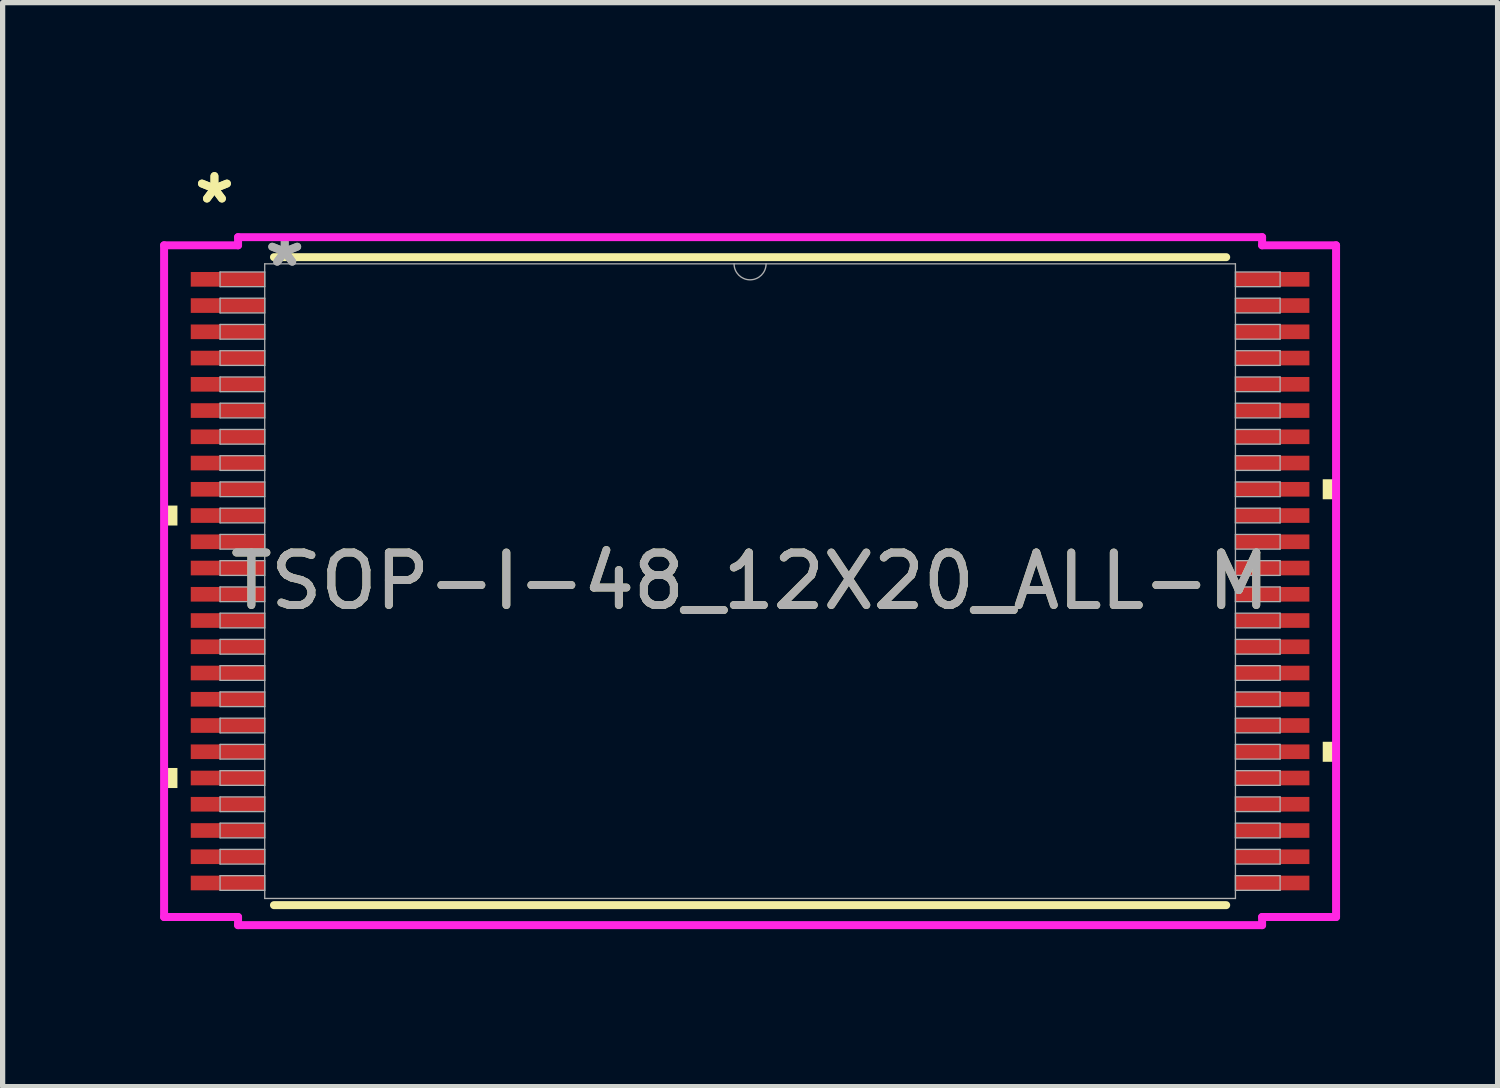
<source format=kicad_pcb>
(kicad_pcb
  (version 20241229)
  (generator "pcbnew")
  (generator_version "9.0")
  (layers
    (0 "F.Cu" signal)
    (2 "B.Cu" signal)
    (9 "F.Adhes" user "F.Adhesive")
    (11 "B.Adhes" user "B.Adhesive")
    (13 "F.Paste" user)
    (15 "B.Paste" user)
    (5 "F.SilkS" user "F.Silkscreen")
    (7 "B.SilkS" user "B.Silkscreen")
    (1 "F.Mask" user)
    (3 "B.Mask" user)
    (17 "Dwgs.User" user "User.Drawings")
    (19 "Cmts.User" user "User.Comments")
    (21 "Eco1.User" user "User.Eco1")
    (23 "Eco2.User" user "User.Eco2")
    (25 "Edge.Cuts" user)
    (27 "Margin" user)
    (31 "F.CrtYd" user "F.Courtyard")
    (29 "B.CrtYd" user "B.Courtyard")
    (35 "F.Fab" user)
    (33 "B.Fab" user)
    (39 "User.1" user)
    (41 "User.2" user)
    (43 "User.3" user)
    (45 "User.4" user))
  (footprint "TSOP-I-48_12X20_ALL-M"
    (layer "F.Cu")
    (at 11.239 8.021)
    (property "Reference" "TSOP-I-48_12X20_ALL-M" (at 0 0 0) (unlocked yes) (layer "F.SilkS") (effects (font (size 1 1) (thickness 0.15))))
    (attr smd)
    (fp_line (start -9.07 6.172) (end 9.07 6.172) (stroke (width 0.152) (type solid)) (layer "F.SilkS"))
    (fp_line (start 9.07 -6.172) (end -9.07 -6.172) (stroke (width 0.152) (type solid)) (layer "F.SilkS"))
    (fp_poly (pts (xy -11.163 -1.44) (xy -11.163 -1.06) (xy -10.909 -1.06) (xy -10.909 -1.44)) (stroke (width 0) (type solid)) (fill yes) (layer "F.SilkS"))
    (fp_poly (pts (xy -11.163 3.559) (xy -11.163 3.941) (xy -10.909 3.941) (xy -10.909 3.559)) (stroke (width 0) (type solid)) (fill yes) (layer "F.SilkS"))
    (fp_poly (pts (xy 11.163 -1.941) (xy 11.163 -1.56) (xy 10.909 -1.56) (xy 10.909 -1.941)) (stroke (width 0) (type solid)) (fill yes) (layer "F.SilkS"))
    (fp_poly (pts (xy 11.163 3.06) (xy 11.163 3.441) (xy 10.909 3.441) (xy 10.909 3.06)) (stroke (width 0) (type solid)) (fill yes) (layer "F.SilkS"))
    (fp_line (start -11.163 -6.398) (end -9.754 -6.398) (stroke (width 0.152) (type solid)) (layer "F.CrtYd"))
    (fp_line (start -11.163 6.398) (end -11.163 -6.398) (stroke (width 0.152) (type solid)) (layer "F.CrtYd"))
    (fp_line (start -11.163 6.398) (end -9.754 6.398) (stroke (width 0.152) (type solid)) (layer "F.CrtYd"))
    (fp_line (start -9.754 -6.553) (end 9.754 -6.553) (stroke (width 0.152) (type solid)) (layer "F.CrtYd"))
    (fp_line (start -9.754 -6.398) (end -9.754 -6.553) (stroke (width 0.152) (type solid)) (layer "F.CrtYd"))
    (fp_line (start -9.754 6.553) (end -9.754 6.398) (stroke (width 0.152) (type solid)) (layer "F.CrtYd"))
    (fp_line (start 9.754 -6.553) (end 9.754 -6.398) (stroke (width 0.152) (type solid)) (layer "F.CrtYd"))
    (fp_line (start 9.754 6.398) (end 9.754 6.553) (stroke (width 0.152) (type solid)) (layer "F.CrtYd"))
    (fp_line (start 9.754 6.553) (end -9.754 6.553) (stroke (width 0.152) (type solid)) (layer "F.CrtYd"))
    (fp_line (start 11.163 -6.398) (end 9.754 -6.398) (stroke (width 0.152) (type solid)) (layer "F.CrtYd"))
    (fp_line (start 11.163 -6.398) (end 11.163 6.398) (stroke (width 0.152) (type solid)) (layer "F.CrtYd"))
    (fp_line (start 11.163 6.398) (end 9.754 6.398) (stroke (width 0.152) (type solid)) (layer "F.CrtYd"))
    (fp_line (start -10.097 -5.89) (end -10.097 -5.61) (stroke (width 0.025) (type solid)) (layer "F.Fab"))
    (fp_line (start -10.097 -5.61) (end -9.246 -5.61) (stroke (width 0.025) (type solid)) (layer "F.Fab"))
    (fp_line (start -10.097 -5.39) (end -10.097 -5.11) (stroke (width 0.025) (type solid)) (layer "F.Fab"))
    (fp_line (start -10.097 -5.11) (end -9.246 -5.11) (stroke (width 0.025) (type solid)) (layer "F.Fab"))
    (fp_line (start -10.097 -4.89) (end -10.097 -4.61) (stroke (width 0.025) (type solid)) (layer "F.Fab"))
    (fp_line (start -10.097 -4.61) (end -9.246 -4.61) (stroke (width 0.025) (type solid)) (layer "F.Fab"))
    (fp_line (start -10.097 -4.39) (end -10.097 -4.11) (stroke (width 0.025) (type solid)) (layer "F.Fab"))
    (fp_line (start -10.097 -4.11) (end -9.246 -4.11) (stroke (width 0.025) (type solid)) (layer "F.Fab"))
    (fp_line (start -10.097 -3.89) (end -10.097 -3.61) (stroke (width 0.025) (type solid)) (layer "F.Fab"))
    (fp_line (start -10.097 -3.61) (end -9.246 -3.61) (stroke (width 0.025) (type solid)) (layer "F.Fab"))
    (fp_line (start -10.097 -3.39) (end -10.097 -3.11) (stroke (width 0.025) (type solid)) (layer "F.Fab"))
    (fp_line (start -10.097 -3.11) (end -9.246 -3.11) (stroke (width 0.025) (type solid)) (layer "F.Fab"))
    (fp_line (start -10.097 -2.89) (end -10.097 -2.61) (stroke (width 0.025) (type solid)) (layer "F.Fab"))
    (fp_line (start -10.097 -2.61) (end -9.246 -2.61) (stroke (width 0.025) (type solid)) (layer "F.Fab"))
    (fp_line (start -10.097 -2.39) (end -10.097 -2.11) (stroke (width 0.025) (type solid)) (layer "F.Fab"))
    (fp_line (start -10.097 -2.11) (end -9.246 -2.11) (stroke (width 0.025) (type solid)) (layer "F.Fab"))
    (fp_line (start -10.097 -1.89) (end -10.097 -1.61) (stroke (width 0.025) (type solid)) (layer "F.Fab"))
    (fp_line (start -10.097 -1.61) (end -9.246 -1.61) (stroke (width 0.025) (type solid)) (layer "F.Fab"))
    (fp_line (start -10.097 -1.39) (end -10.097 -1.11) (stroke (width 0.025) (type solid)) (layer "F.Fab"))
    (fp_line (start -10.097 -1.11) (end -9.246 -1.11) (stroke (width 0.025) (type solid)) (layer "F.Fab"))
    (fp_line (start -10.097 -0.89) (end -10.097 -0.61) (stroke (width 0.025) (type solid)) (layer "F.Fab"))
    (fp_line (start -10.097 -0.61) (end -9.246 -0.61) (stroke (width 0.025) (type solid)) (layer "F.Fab"))
    (fp_line (start -10.097 -0.39) (end -10.097 -0.11) (stroke (width 0.025) (type solid)) (layer "F.Fab"))
    (fp_line (start -10.097 -0.11) (end -9.246 -0.11) (stroke (width 0.025) (type solid)) (layer "F.Fab"))
    (fp_line (start -10.097 0.11) (end -10.097 0.39) (stroke (width 0.025) (type solid)) (layer "F.Fab"))
    (fp_line (start -10.097 0.39) (end -9.246 0.39) (stroke (width 0.025) (type solid)) (layer "F.Fab"))
    (fp_line (start -10.097 0.61) (end -10.097 0.89) (stroke (width 0.025) (type solid)) (layer "F.Fab"))
    (fp_line (start -10.097 0.89) (end -9.246 0.89) (stroke (width 0.025) (type solid)) (layer "F.Fab"))
    (fp_line (start -10.097 1.11) (end -10.097 1.39) (stroke (width 0.025) (type solid)) (layer "F.Fab"))
    (fp_line (start -10.097 1.39) (end -9.246 1.39) (stroke (width 0.025) (type solid)) (layer "F.Fab"))
    (fp_line (start -10.097 1.61) (end -10.097 1.89) (stroke (width 0.025) (type solid)) (layer "F.Fab"))
    (fp_line (start -10.097 1.89) (end -9.246 1.89) (stroke (width 0.025) (type solid)) (layer "F.Fab"))
    (fp_line (start -10.097 2.11) (end -10.097 2.39) (stroke (width 0.025) (type solid)) (layer "F.Fab"))
    (fp_line (start -10.097 2.39) (end -9.246 2.39) (stroke (width 0.025) (type solid)) (layer "F.Fab"))
    (fp_line (start -10.097 2.61) (end -10.097 2.89) (stroke (width 0.025) (type solid)) (layer "F.Fab"))
    (fp_line (start -10.097 2.89) (end -9.246 2.89) (stroke (width 0.025) (type solid)) (layer "F.Fab"))
    (fp_line (start -10.097 3.11) (end -10.097 3.39) (stroke (width 0.025) (type solid)) (layer "F.Fab"))
    (fp_line (start -10.097 3.39) (end -9.246 3.39) (stroke (width 0.025) (type solid)) (layer "F.Fab"))
    (fp_line (start -10.097 3.61) (end -10.097 3.89) (stroke (width 0.025) (type solid)) (layer "F.Fab"))
    (fp_line (start -10.097 3.89) (end -9.246 3.89) (stroke (width 0.025) (type solid)) (layer "F.Fab"))
    (fp_line (start -10.097 4.11) (end -10.097 4.39) (stroke (width 0.025) (type solid)) (layer "F.Fab"))
    (fp_line (start -10.097 4.39) (end -9.246 4.39) (stroke (width 0.025) (type solid)) (layer "F.Fab"))
    (fp_line (start -10.097 4.61) (end -10.097 4.89) (stroke (width 0.025) (type solid)) (layer "F.Fab"))
    (fp_line (start -10.097 4.89) (end -9.246 4.89) (stroke (width 0.025) (type solid)) (layer "F.Fab"))
    (fp_line (start -10.097 5.11) (end -10.097 5.39) (stroke (width 0.025) (type solid)) (layer "F.Fab"))
    (fp_line (start -10.097 5.39) (end -9.246 5.39) (stroke (width 0.025) (type solid)) (layer "F.Fab"))
    (fp_line (start -10.097 5.61) (end -10.097 5.89) (stroke (width 0.025) (type solid)) (layer "F.Fab"))
    (fp_line (start -10.097 5.89) (end -9.246 5.89) (stroke (width 0.025) (type solid)) (layer "F.Fab"))
    (fp_line (start -9.246 -6.045) (end -9.246 6.045) (stroke (width 0.025) (type solid)) (layer "F.Fab"))
    (fp_line (start -9.246 -5.89) (end -10.097 -5.89) (stroke (width 0.025) (type solid)) (layer "F.Fab"))
    (fp_line (start -9.246 -5.61) (end -9.246 -5.89) (stroke (width 0.025) (type solid)) (layer "F.Fab"))
    (fp_line (start -9.246 -5.39) (end -10.097 -5.39) (stroke (width 0.025) (type solid)) (layer "F.Fab"))
    (fp_line (start -9.246 -5.11) (end -9.246 -5.39) (stroke (width 0.025) (type solid)) (layer "F.Fab"))
    (fp_line (start -9.246 -4.89) (end -10.097 -4.89) (stroke (width 0.025) (type solid)) (layer "F.Fab"))
    (fp_line (start -9.246 -4.61) (end -9.246 -4.89) (stroke (width 0.025) (type solid)) (layer "F.Fab"))
    (fp_line (start -9.246 -4.39) (end -10.097 -4.39) (stroke (width 0.025) (type solid)) (layer "F.Fab"))
    (fp_line (start -9.246 -4.11) (end -9.246 -4.39) (stroke (width 0.025) (type solid)) (layer "F.Fab"))
    (fp_line (start -9.246 -3.89) (end -10.097 -3.89) (stroke (width 0.025) (type solid)) (layer "F.Fab"))
    (fp_line (start -9.246 -3.61) (end -9.246 -3.89) (stroke (width 0.025) (type solid)) (layer "F.Fab"))
    (fp_line (start -9.246 -3.39) (end -10.097 -3.39) (stroke (width 0.025) (type solid)) (layer "F.Fab"))
    (fp_line (start -9.246 -3.11) (end -9.246 -3.39) (stroke (width 0.025) (type solid)) (layer "F.Fab"))
    (fp_line (start -9.246 -2.89) (end -10.097 -2.89) (stroke (width 0.025) (type solid)) (layer "F.Fab"))
    (fp_line (start -9.246 -2.61) (end -9.246 -2.89) (stroke (width 0.025) (type solid)) (layer "F.Fab"))
    (fp_line (start -9.246 -2.39) (end -10.097 -2.39) (stroke (width 0.025) (type solid)) (layer "F.Fab"))
    (fp_line (start -9.246 -2.11) (end -9.246 -2.39) (stroke (width 0.025) (type solid)) (layer "F.Fab"))
    (fp_line (start -9.246 -1.89) (end -10.097 -1.89) (stroke (width 0.025) (type solid)) (layer "F.Fab"))
    (fp_line (start -9.246 -1.61) (end -9.246 -1.89) (stroke (width 0.025) (type solid)) (layer "F.Fab"))
    (fp_line (start -9.246 -1.39) (end -10.097 -1.39) (stroke (width 0.025) (type solid)) (layer "F.Fab"))
    (fp_line (start -9.246 -1.11) (end -9.246 -1.39) (stroke (width 0.025) (type solid)) (layer "F.Fab"))
    (fp_line (start -9.246 -0.89) (end -10.097 -0.89) (stroke (width 0.025) (type solid)) (layer "F.Fab"))
    (fp_line (start -9.246 -0.61) (end -9.246 -0.89) (stroke (width 0.025) (type solid)) (layer "F.Fab"))
    (fp_line (start -9.246 -0.39) (end -10.097 -0.39) (stroke (width 0.025) (type solid)) (layer "F.Fab"))
    (fp_line (start -9.246 -0.11) (end -9.246 -0.39) (stroke (width 0.025) (type solid)) (layer "F.Fab"))
    (fp_line (start -9.246 0.11) (end -10.097 0.11) (stroke (width 0.025) (type solid)) (layer "F.Fab"))
    (fp_line (start -9.246 0.39) (end -9.246 0.11) (stroke (width 0.025) (type solid)) (layer "F.Fab"))
    (fp_line (start -9.246 0.61) (end -10.097 0.61) (stroke (width 0.025) (type solid)) (layer "F.Fab"))
    (fp_line (start -9.246 0.89) (end -9.246 0.61) (stroke (width 0.025) (type solid)) (layer "F.Fab"))
    (fp_line (start -9.246 1.11) (end -10.097 1.11) (stroke (width 0.025) (type solid)) (layer "F.Fab"))
    (fp_line (start -9.246 1.39) (end -9.246 1.11) (stroke (width 0.025) (type solid)) (layer "F.Fab"))
    (fp_line (start -9.246 1.61) (end -10.097 1.61) (stroke (width 0.025) (type solid)) (layer "F.Fab"))
    (fp_line (start -9.246 1.89) (end -9.246 1.61) (stroke (width 0.025) (type solid)) (layer "F.Fab"))
    (fp_line (start -9.246 2.11) (end -10.097 2.11) (stroke (width 0.025) (type solid)) (layer "F.Fab"))
    (fp_line (start -9.246 2.39) (end -9.246 2.11) (stroke (width 0.025) (type solid)) (layer "F.Fab"))
    (fp_line (start -9.246 2.61) (end -10.097 2.61) (stroke (width 0.025) (type solid)) (layer "F.Fab"))
    (fp_line (start -9.246 2.89) (end -9.246 2.61) (stroke (width 0.025) (type solid)) (layer "F.Fab"))
    (fp_line (start -9.246 3.11) (end -10.097 3.11) (stroke (width 0.025) (type solid)) (layer "F.Fab"))
    (fp_line (start -9.246 3.39) (end -9.246 3.11) (stroke (width 0.025) (type solid)) (layer "F.Fab"))
    (fp_line (start -9.246 3.61) (end -10.097 3.61) (stroke (width 0.025) (type solid)) (layer "F.Fab"))
    (fp_line (start -9.246 3.89) (end -9.246 3.61) (stroke (width 0.025) (type solid)) (layer "F.Fab"))
    (fp_line (start -9.246 4.11) (end -10.097 4.11) (stroke (width 0.025) (type solid)) (layer "F.Fab"))
    (fp_line (start -9.246 4.39) (end -9.246 4.11) (stroke (width 0.025) (type solid)) (layer "F.Fab"))
    (fp_line (start -9.246 4.61) (end -10.097 4.61) (stroke (width 0.025) (type solid)) (layer "F.Fab"))
    (fp_line (start -9.246 4.89) (end -9.246 4.61) (stroke (width 0.025) (type solid)) (layer "F.Fab"))
    (fp_line (start -9.246 5.11) (end -10.097 5.11) (stroke (width 0.025) (type solid)) (layer "F.Fab"))
    (fp_line (start -9.246 5.39) (end -9.246 5.11) (stroke (width 0.025) (type solid)) (layer "F.Fab"))
    (fp_line (start -9.246 5.61) (end -10.097 5.61) (stroke (width 0.025) (type solid)) (layer "F.Fab"))
    (fp_line (start -9.246 5.89) (end -9.246 5.61) (stroke (width 0.025) (type solid)) (layer "F.Fab"))
    (fp_line (start -9.246 6.045) (end 9.246 6.045) (stroke (width 0.025) (type solid)) (layer "F.Fab"))
    (fp_line (start 9.246 -6.045) (end -9.246 -6.045) (stroke (width 0.025) (type solid)) (layer "F.Fab"))
    (fp_line (start 9.246 -5.89) (end 9.246 -5.61) (stroke (width 0.025) (type solid)) (layer "F.Fab"))
    (fp_line (start 9.246 -5.61) (end 10.097 -5.61) (stroke (width 0.025) (type solid)) (layer "F.Fab"))
    (fp_line (start 9.246 -5.39) (end 9.246 -5.11) (stroke (width 0.025) (type solid)) (layer "F.Fab"))
    (fp_line (start 9.246 -5.11) (end 10.097 -5.11) (stroke (width 0.025) (type solid)) (layer "F.Fab"))
    (fp_line (start 9.246 -4.89) (end 9.246 -4.61) (stroke (width 0.025) (type solid)) (layer "F.Fab"))
    (fp_line (start 9.246 -4.61) (end 10.097 -4.61) (stroke (width 0.025) (type solid)) (layer "F.Fab"))
    (fp_line (start 9.246 -4.39) (end 9.246 -4.11) (stroke (width 0.025) (type solid)) (layer "F.Fab"))
    (fp_line (start 9.246 -4.11) (end 10.097 -4.11) (stroke (width 0.025) (type solid)) (layer "F.Fab"))
    (fp_line (start 9.246 -3.89) (end 9.246 -3.61) (stroke (width 0.025) (type solid)) (layer "F.Fab"))
    (fp_line (start 9.246 -3.61) (end 10.097 -3.61) (stroke (width 0.025) (type solid)) (layer "F.Fab"))
    (fp_line (start 9.246 -3.39) (end 9.246 -3.11) (stroke (width 0.025) (type solid)) (layer "F.Fab"))
    (fp_line (start 9.246 -3.11) (end 10.097 -3.11) (stroke (width 0.025) (type solid)) (layer "F.Fab"))
    (fp_line (start 9.246 -2.89) (end 9.246 -2.61) (stroke (width 0.025) (type solid)) (layer "F.Fab"))
    (fp_line (start 9.246 -2.61) (end 10.097 -2.61) (stroke (width 0.025) (type solid)) (layer "F.Fab"))
    (fp_line (start 9.246 -2.39) (end 9.246 -2.11) (stroke (width 0.025) (type solid)) (layer "F.Fab"))
    (fp_line (start 9.246 -2.11) (end 10.097 -2.11) (stroke (width 0.025) (type solid)) (layer "F.Fab"))
    (fp_line (start 9.246 -1.89) (end 9.246 -1.61) (stroke (width 0.025) (type solid)) (layer "F.Fab"))
    (fp_line (start 9.246 -1.61) (end 10.097 -1.61) (stroke (width 0.025) (type solid)) (layer "F.Fab"))
    (fp_line (start 9.246 -1.39) (end 9.246 -1.11) (stroke (width 0.025) (type solid)) (layer "F.Fab"))
    (fp_line (start 9.246 -1.11) (end 10.097 -1.11) (stroke (width 0.025) (type solid)) (layer "F.Fab"))
    (fp_line (start 9.246 -0.89) (end 9.246 -0.61) (stroke (width 0.025) (type solid)) (layer "F.Fab"))
    (fp_line (start 9.246 -0.61) (end 10.097 -0.61) (stroke (width 0.025) (type solid)) (layer "F.Fab"))
    (fp_line (start 9.246 -0.39) (end 9.246 -0.11) (stroke (width 0.025) (type solid)) (layer "F.Fab"))
    (fp_line (start 9.246 -0.11) (end 10.097 -0.11) (stroke (width 0.025) (type solid)) (layer "F.Fab"))
    (fp_line (start 9.246 0.11) (end 9.246 0.39) (stroke (width 0.025) (type solid)) (layer "F.Fab"))
    (fp_line (start 9.246 0.39) (end 10.097 0.39) (stroke (width 0.025) (type solid)) (layer "F.Fab"))
    (fp_line (start 9.246 0.61) (end 9.246 0.89) (stroke (width 0.025) (type solid)) (layer "F.Fab"))
    (fp_line (start 9.246 0.89) (end 10.097 0.89) (stroke (width 0.025) (type solid)) (layer "F.Fab"))
    (fp_line (start 9.246 1.11) (end 9.246 1.39) (stroke (width 0.025) (type solid)) (layer "F.Fab"))
    (fp_line (start 9.246 1.39) (end 10.097 1.39) (stroke (width 0.025) (type solid)) (layer "F.Fab"))
    (fp_line (start 9.246 1.61) (end 9.246 1.89) (stroke (width 0.025) (type solid)) (layer "F.Fab"))
    (fp_line (start 9.246 1.89) (end 10.097 1.89) (stroke (width 0.025) (type solid)) (layer "F.Fab"))
    (fp_line (start 9.246 2.11) (end 9.246 2.39) (stroke (width 0.025) (type solid)) (layer "F.Fab"))
    (fp_line (start 9.246 2.39) (end 10.097 2.39) (stroke (width 0.025) (type solid)) (layer "F.Fab"))
    (fp_line (start 9.246 2.61) (end 9.246 2.89) (stroke (width 0.025) (type solid)) (layer "F.Fab"))
    (fp_line (start 9.246 2.89) (end 10.097 2.89) (stroke (width 0.025) (type solid)) (layer "F.Fab"))
    (fp_line (start 9.246 3.11) (end 9.246 3.39) (stroke (width 0.025) (type solid)) (layer "F.Fab"))
    (fp_line (start 9.246 3.39) (end 10.097 3.39) (stroke (width 0.025) (type solid)) (layer "F.Fab"))
    (fp_line (start 9.246 3.61) (end 9.246 3.89) (stroke (width 0.025) (type solid)) (layer "F.Fab"))
    (fp_line (start 9.246 3.89) (end 10.097 3.89) (stroke (width 0.025) (type solid)) (layer "F.Fab"))
    (fp_line (start 9.246 4.11) (end 9.246 4.39) (stroke (width 0.025) (type solid)) (layer "F.Fab"))
    (fp_line (start 9.246 4.39) (end 10.097 4.39) (stroke (width 0.025) (type solid)) (layer "F.Fab"))
    (fp_line (start 9.246 4.61) (end 9.246 4.89) (stroke (width 0.025) (type solid)) (layer "F.Fab"))
    (fp_line (start 9.246 4.89) (end 10.097 4.89) (stroke (width 0.025) (type solid)) (layer "F.Fab"))
    (fp_line (start 9.246 5.11) (end 9.246 5.39) (stroke (width 0.025) (type solid)) (layer "F.Fab"))
    (fp_line (start 9.246 5.39) (end 10.097 5.39) (stroke (width 0.025) (type solid)) (layer "F.Fab"))
    (fp_line (start 9.246 5.61) (end 9.246 5.89) (stroke (width 0.025) (type solid)) (layer "F.Fab"))
    (fp_line (start 9.246 5.89) (end 10.097 5.89) (stroke (width 0.025) (type solid)) (layer "F.Fab"))
    (fp_line (start 9.246 6.045) (end 9.246 -6.045) (stroke (width 0.025) (type solid)) (layer "F.Fab"))
    (fp_line (start 10.097 -5.89) (end 9.246 -5.89) (stroke (width 0.025) (type solid)) (layer "F.Fab"))
    (fp_line (start 10.097 -5.61) (end 10.097 -5.89) (stroke (width 0.025) (type solid)) (layer "F.Fab"))
    (fp_line (start 10.097 -5.39) (end 9.246 -5.39) (stroke (width 0.025) (type solid)) (layer "F.Fab"))
    (fp_line (start 10.097 -5.11) (end 10.097 -5.39) (stroke (width 0.025) (type solid)) (layer "F.Fab"))
    (fp_line (start 10.097 -4.89) (end 9.246 -4.89) (stroke (width 0.025) (type solid)) (layer "F.Fab"))
    (fp_line (start 10.097 -4.61) (end 10.097 -4.89) (stroke (width 0.025) (type solid)) (layer "F.Fab"))
    (fp_line (start 10.097 -4.39) (end 9.246 -4.39) (stroke (width 0.025) (type solid)) (layer "F.Fab"))
    (fp_line (start 10.097 -4.11) (end 10.097 -4.39) (stroke (width 0.025) (type solid)) (layer "F.Fab"))
    (fp_line (start 10.097 -3.89) (end 9.246 -3.89) (stroke (width 0.025) (type solid)) (layer "F.Fab"))
    (fp_line (start 10.097 -3.61) (end 10.097 -3.89) (stroke (width 0.025) (type solid)) (layer "F.Fab"))
    (fp_line (start 10.097 -3.39) (end 9.246 -3.39) (stroke (width 0.025) (type solid)) (layer "F.Fab"))
    (fp_line (start 10.097 -3.11) (end 10.097 -3.39) (stroke (width 0.025) (type solid)) (layer "F.Fab"))
    (fp_line (start 10.097 -2.89) (end 9.246 -2.89) (stroke (width 0.025) (type solid)) (layer "F.Fab"))
    (fp_line (start 10.097 -2.61) (end 10.097 -2.89) (stroke (width 0.025) (type solid)) (layer "F.Fab"))
    (fp_line (start 10.097 -2.39) (end 9.246 -2.39) (stroke (width 0.025) (type solid)) (layer "F.Fab"))
    (fp_line (start 10.097 -2.11) (end 10.097 -2.39) (stroke (width 0.025) (type solid)) (layer "F.Fab"))
    (fp_line (start 10.097 -1.89) (end 9.246 -1.89) (stroke (width 0.025) (type solid)) (layer "F.Fab"))
    (fp_line (start 10.097 -1.61) (end 10.097 -1.89) (stroke (width 0.025) (type solid)) (layer "F.Fab"))
    (fp_line (start 10.097 -1.39) (end 9.246 -1.39) (stroke (width 0.025) (type solid)) (layer "F.Fab"))
    (fp_line (start 10.097 -1.11) (end 10.097 -1.39) (stroke (width 0.025) (type solid)) (layer "F.Fab"))
    (fp_line (start 10.097 -0.89) (end 9.246 -0.89) (stroke (width 0.025) (type solid)) (layer "F.Fab"))
    (fp_line (start 10.097 -0.61) (end 10.097 -0.89) (stroke (width 0.025) (type solid)) (layer "F.Fab"))
    (fp_line (start 10.097 -0.39) (end 9.246 -0.39) (stroke (width 0.025) (type solid)) (layer "F.Fab"))
    (fp_line (start 10.097 -0.11) (end 10.097 -0.39) (stroke (width 0.025) (type solid)) (layer "F.Fab"))
    (fp_line (start 10.097 0.11) (end 9.246 0.11) (stroke (width 0.025) (type solid)) (layer "F.Fab"))
    (fp_line (start 10.097 0.39) (end 10.097 0.11) (stroke (width 0.025) (type solid)) (layer "F.Fab"))
    (fp_line (start 10.097 0.61) (end 9.246 0.61) (stroke (width 0.025) (type solid)) (layer "F.Fab"))
    (fp_line (start 10.097 0.89) (end 10.097 0.61) (stroke (width 0.025) (type solid)) (layer "F.Fab"))
    (fp_line (start 10.097 1.11) (end 9.246 1.11) (stroke (width 0.025) (type solid)) (layer "F.Fab"))
    (fp_line (start 10.097 1.39) (end 10.097 1.11) (stroke (width 0.025) (type solid)) (layer "F.Fab"))
    (fp_line (start 10.097 1.61) (end 9.246 1.61) (stroke (width 0.025) (type solid)) (layer "F.Fab"))
    (fp_line (start 10.097 1.89) (end 10.097 1.61) (stroke (width 0.025) (type solid)) (layer "F.Fab"))
    (fp_line (start 10.097 2.11) (end 9.246 2.11) (stroke (width 0.025) (type solid)) (layer "F.Fab"))
    (fp_line (start 10.097 2.39) (end 10.097 2.11) (stroke (width 0.025) (type solid)) (layer "F.Fab"))
    (fp_line (start 10.097 2.61) (end 9.246 2.61) (stroke (width 0.025) (type solid)) (layer "F.Fab"))
    (fp_line (start 10.097 2.89) (end 10.097 2.61) (stroke (width 0.025) (type solid)) (layer "F.Fab"))
    (fp_line (start 10.097 3.11) (end 9.246 3.11) (stroke (width 0.025) (type solid)) (layer "F.Fab"))
    (fp_line (start 10.097 3.39) (end 10.097 3.11) (stroke (width 0.025) (type solid)) (layer "F.Fab"))
    (fp_line (start 10.097 3.61) (end 9.246 3.61) (stroke (width 0.025) (type solid)) (layer "F.Fab"))
    (fp_line (start 10.097 3.89) (end 10.097 3.61) (stroke (width 0.025) (type solid)) (layer "F.Fab"))
    (fp_line (start 10.097 4.11) (end 9.246 4.11) (stroke (width 0.025) (type solid)) (layer "F.Fab"))
    (fp_line (start 10.097 4.39) (end 10.097 4.11) (stroke (width 0.025) (type solid)) (layer "F.Fab"))
    (fp_line (start 10.097 4.61) (end 9.246 4.61) (stroke (width 0.025) (type solid)) (layer "F.Fab"))
    (fp_line (start 10.097 4.89) (end 10.097 4.61) (stroke (width 0.025) (type solid)) (layer "F.Fab"))
    (fp_line (start 10.097 5.11) (end 9.246 5.11) (stroke (width 0.025) (type solid)) (layer "F.Fab"))
    (fp_line (start 10.097 5.39) (end 10.097 5.11) (stroke (width 0.025) (type solid)) (layer "F.Fab"))
    (fp_line (start 10.097 5.61) (end 9.246 5.61) (stroke (width 0.025) (type solid)) (layer "F.Fab"))
    (fp_line (start 10.097 5.89) (end 10.097 5.61) (stroke (width 0.025) (type solid)) (layer "F.Fab"))
    (fp_arc (start 0.3048 -6.0452) (mid 0 -5.7404) (end -0.3048 -6.0452) (stroke (width 0.0254) (type solid)) (layer "F.Fab"))
    (fp_text user "*" (at -10.204 -7.172 0) (layer "F.SilkS") (effects (font (size 1 1) (thickness 0.15))))
    (fp_text user "*" (at -10.204 -7.172 0) (unlocked yes) (layer "F.SilkS") (effects (font (size 1 1) (thickness 0.15))))
    (fp_text user "${REFERENCE}" (at 0 0 0) (unlocked yes) (layer "F.Fab") (effects (font (size 1 1) (thickness 0.15))))
    (fp_text user "*" (at -8.865 -5.969 0) (unlocked yes) (layer "F.Fab") (effects (font (size 1 1) (thickness 0.15))))
    (fp_text user "*" (at -8.865 -5.969 0) (layer "F.Fab") (effects (font (size 1 1) (thickness 0.15))))
    (pad "1" smd rect (at -9.95 -5.75) (size 1.41 0.279) (layers "F.Cu" "F.Mask" "F.Paste"))
    (pad "2" smd rect (at -9.95 -5.25) (size 1.41 0.279) (layers "F.Cu" "F.Mask" "F.Paste"))
    (pad "3" smd rect (at -9.95 -4.75) (size 1.41 0.279) (layers "F.Cu" "F.Mask" "F.Paste"))
    (pad "4" smd rect (at -9.95 -4.25) (size 1.41 0.279) (layers "F.Cu" "F.Mask" "F.Paste"))
    (pad "5" smd rect (at -9.95 -3.75) (size 1.41 0.279) (layers "F.Cu" "F.Mask" "F.Paste"))
    (pad "6" smd rect (at -9.95 -3.25) (size 1.41 0.279) (layers "F.Cu" "F.Mask" "F.Paste"))
    (pad "7" smd rect (at -9.95 -2.75) (size 1.41 0.279) (layers "F.Cu" "F.Mask" "F.Paste"))
    (pad "8" smd rect (at -9.95 -2.25) (size 1.41 0.279) (layers "F.Cu" "F.Mask" "F.Paste"))
    (pad "9" smd rect (at -9.95 -1.75) (size 1.41 0.279) (layers "F.Cu" "F.Mask" "F.Paste"))
    (pad "10" smd rect (at -9.95 -1.25) (size 1.41 0.279) (layers "F.Cu" "F.Mask" "F.Paste"))
    (pad "11" smd rect (at -9.95 -0.75) (size 1.41 0.279) (layers "F.Cu" "F.Mask" "F.Paste"))
    (pad "12" smd rect (at -9.95 -0.25) (size 1.41 0.279) (layers "F.Cu" "F.Mask" "F.Paste"))
    (pad "13" smd rect (at -9.95 0.25) (size 1.41 0.279) (layers "F.Cu" "F.Mask" "F.Paste"))
    (pad "14" smd rect (at -9.95 0.75) (size 1.41 0.279) (layers "F.Cu" "F.Mask" "F.Paste"))
    (pad "15" smd rect (at -9.95 1.25) (size 1.41 0.279) (layers "F.Cu" "F.Mask" "F.Paste"))
    (pad "16" smd rect (at -9.95 1.75) (size 1.41 0.279) (layers "F.Cu" "F.Mask" "F.Paste"))
    (pad "17" smd rect (at -9.95 2.25) (size 1.41 0.279) (layers "F.Cu" "F.Mask" "F.Paste"))
    (pad "18" smd rect (at -9.95 2.75) (size 1.41 0.279) (layers "F.Cu" "F.Mask" "F.Paste"))
    (pad "19" smd rect (at -9.95 3.25) (size 1.41 0.279) (layers "F.Cu" "F.Mask" "F.Paste"))
    (pad "20" smd rect (at -9.95 3.75) (size 1.41 0.279) (layers "F.Cu" "F.Mask" "F.Paste"))
    (pad "21" smd rect (at -9.95 4.25) (size 1.41 0.279) (layers "F.Cu" "F.Mask" "F.Paste"))
    (pad "22" smd rect (at -9.95 4.75) (size 1.41 0.279) (layers "F.Cu" "F.Mask" "F.Paste"))
    (pad "23" smd rect (at -9.95 5.25) (size 1.41 0.279) (layers "F.Cu" "F.Mask" "F.Paste"))
    (pad "24" smd rect (at -9.95 5.75) (size 1.41 0.279) (layers "F.Cu" "F.Mask" "F.Paste"))
    (pad "25" smd rect (at 9.95 5.75) (size 1.41 0.279) (layers "F.Cu" "F.Mask" "F.Paste"))
    (pad "26" smd rect (at 9.95 5.25) (size 1.41 0.279) (layers "F.Cu" "F.Mask" "F.Paste"))
    (pad "27" smd rect (at 9.95 4.75) (size 1.41 0.279) (layers "F.Cu" "F.Mask" "F.Paste"))
    (pad "28" smd rect (at 9.95 4.25) (size 1.41 0.279) (layers "F.Cu" "F.Mask" "F.Paste"))
    (pad "29" smd rect (at 9.95 3.75) (size 1.41 0.279) (layers "F.Cu" "F.Mask" "F.Paste"))
    (pad "30" smd rect (at 9.95 3.25) (size 1.41 0.279) (layers "F.Cu" "F.Mask" "F.Paste"))
    (pad "31" smd rect (at 9.95 2.75) (size 1.41 0.279) (layers "F.Cu" "F.Mask" "F.Paste"))
    (pad "32" smd rect (at 9.95 2.25) (size 1.41 0.279) (layers "F.Cu" "F.Mask" "F.Paste"))
    (pad "33" smd rect (at 9.95 1.75) (size 1.41 0.279) (layers "F.Cu" "F.Mask" "F.Paste"))
    (pad "34" smd rect (at 9.95 1.25) (size 1.41 0.279) (layers "F.Cu" "F.Mask" "F.Paste"))
    (pad "35" smd rect (at 9.95 0.75) (size 1.41 0.279) (layers "F.Cu" "F.Mask" "F.Paste"))
    (pad "36" smd rect (at 9.95 0.25) (size 1.41 0.279) (layers "F.Cu" "F.Mask" "F.Paste"))
    (pad "37" smd rect (at 9.95 -0.25) (size 1.41 0.279) (layers "F.Cu" "F.Mask" "F.Paste"))
    (pad "38" smd rect (at 9.95 -0.75) (size 1.41 0.279) (layers "F.Cu" "F.Mask" "F.Paste"))
    (pad "39" smd rect (at 9.95 -1.25) (size 1.41 0.279) (layers "F.Cu" "F.Mask" "F.Paste"))
    (pad "40" smd rect (at 9.95 -1.75) (size 1.41 0.279) (layers "F.Cu" "F.Mask" "F.Paste"))
    (pad "41" smd rect (at 9.95 -2.25) (size 1.41 0.279) (layers "F.Cu" "F.Mask" "F.Paste"))
    (pad "42" smd rect (at 9.95 -2.75) (size 1.41 0.279) (layers "F.Cu" "F.Mask" "F.Paste"))
    (pad "43" smd rect (at 9.95 -3.25) (size 1.41 0.279) (layers "F.Cu" "F.Mask" "F.Paste"))
    (pad "44" smd rect (at 9.95 -3.75) (size 1.41 0.279) (layers "F.Cu" "F.Mask" "F.Paste"))
    (pad "45" smd rect (at 9.95 -4.25) (size 1.41 0.279) (layers "F.Cu" "F.Mask" "F.Paste"))
    (pad "46" smd rect (at 9.95 -4.75) (size 1.41 0.279) (layers "F.Cu" "F.Mask" "F.Paste"))
    (pad "47" smd rect (at 9.95 -5.25) (size 1.41 0.279) (layers "F.Cu" "F.Mask" "F.Paste"))
    (pad "48" smd rect (at 9.95 -5.75) (size 1.41 0.279) (layers "F.Cu" "F.Mask" "F.Paste")))
  (gr_rect
    (start -3 -3)
    (end 25.479 17.65)
    (stroke (width 0.1) (type default))
    (fill no)
    (layer "Edge.Cuts")))
</source>
